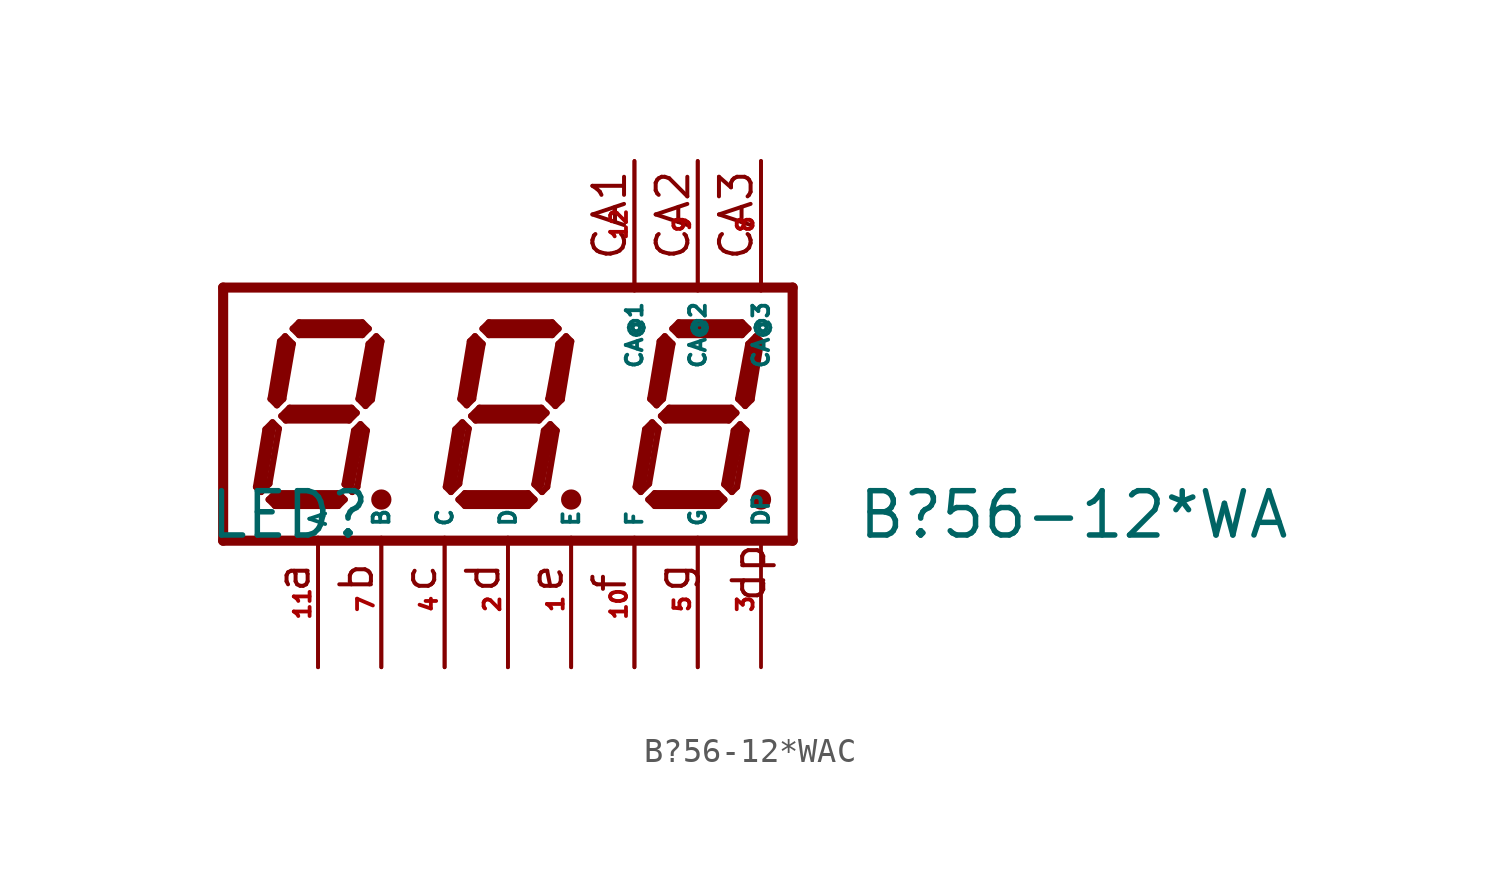
<source format=kicad_sym>
(kicad_symbol_lib
  (version 20220914)
  (generator Eagle2Kicad)
  (symbol "B?56-12*WAC"
    (property "Reference" "LED"
      (at -12.065 -5.08 0)
      (effects (font (size 1.778 1.778) (thickness 0.22)) (justify left bottom)))
    (property "Value" "B?56-12*WA"
      (at 13.97 -5.08 0)
      (effects (font (size 1.778 1.778) (thickness 0.22)) (justify left bottom)))
    (polyline
      (pts (xy -5.283 3.124) (xy -5.588 2.819))
      (stroke (width 0.254) (type default))
      (fill (type none)))
    (polyline
      (pts (xy -5.588 2.819) (xy -5.994 0.61))
      (stroke (width 0.254) (type default))
      (fill (type none)))
    (polyline
      (pts (xy -5.994 0.61) (xy -5.715 0.33))
      (stroke (width 0.254) (type default))
      (fill (type none)))
    (polyline
      (pts (xy -5.715 0.33) (xy -5.461 0.584))
      (stroke (width 0.254) (type default))
      (fill (type none)))
    (polyline
      (pts (xy -5.461 0.584) (xy -5.08 2.921))
      (stroke (width 0.254) (type default))
      (fill (type none)))
    (polyline
      (pts (xy -5.08 2.921) (xy -5.283 3.124))
      (stroke (width 0.254) (type default))
      (fill (type none)))
    (polyline
      (pts (xy -5.588 3.429) (xy -5.842 3.175))
      (stroke (width 0.254) (type default))
      (fill (type none)))
    (polyline
      (pts (xy -5.842 3.175) (xy -8.382 3.175))
      (stroke (width 0.254) (type default))
      (fill (type none)))
    (polyline
      (pts (xy -8.382 3.175) (xy -8.636 3.429))
      (stroke (width 0.254) (type default))
      (fill (type none)))
    (polyline
      (pts (xy -8.636 3.429) (xy -8.382 3.683))
      (stroke (width 0.254) (type default))
      (fill (type none)))
    (polyline
      (pts (xy -8.382 3.683) (xy -5.842 3.683))
      (stroke (width 0.254) (type default))
      (fill (type none)))
    (polyline
      (pts (xy -5.842 3.683) (xy -5.588 3.429))
      (stroke (width 0.254) (type default))
      (fill (type none)))
    (polyline
      (pts (xy -8.941 3.124) (xy -8.636 2.819))
      (stroke (width 0.254) (type default))
      (fill (type none)))
    (polyline
      (pts (xy -8.636 2.819) (xy -9.017 0.61))
      (stroke (width 0.254) (type default))
      (fill (type none)))
    (polyline
      (pts (xy -9.017 0.61) (xy -9.271 0.356))
      (stroke (width 0.254) (type default))
      (fill (type none)))
    (polyline
      (pts (xy -9.271 0.356) (xy -9.525 0.61))
      (stroke (width 0.254) (type default))
      (fill (type none)))
    (polyline
      (pts (xy -9.525 0.61) (xy -9.144 2.921))
      (stroke (width 0.254) (type default))
      (fill (type none)))
    (polyline
      (pts (xy -9.144 2.921) (xy -8.941 3.124))
      (stroke (width 0.254) (type default))
      (fill (type none)))
    (polyline
      (pts (xy -9.093 -0.076) (xy -8.763 0.254))
      (stroke (width 0.254) (type default))
      (fill (type none)))
    (polyline
      (pts (xy -8.763 0.254) (xy -6.274 0.254))
      (stroke (width 0.254) (type default))
      (fill (type none)))
    (polyline
      (pts (xy -6.274 0.254) (xy -6.071 0.051))
      (stroke (width 0.254) (type default))
      (fill (type none)))
    (polyline
      (pts (xy -6.071 0.051) (xy -6.375 -0.254))
      (stroke (width 0.254) (type default))
      (fill (type none)))
    (polyline
      (pts (xy -6.375 -0.254) (xy -8.915 -0.254))
      (stroke (width 0.254) (type default))
      (fill (type none)))
    (polyline
      (pts (xy -8.915 -0.254) (xy -9.093 -0.076))
      (stroke (width 0.254) (type default))
      (fill (type none)))
    (polyline
      (pts (xy -9.449 -0.33) (xy -9.195 -0.584))
      (stroke (width 0.254) (type default))
      (fill (type none)))
    (polyline
      (pts (xy -9.906 -3.124) (xy -9.576 -2.794))
      (stroke (width 0.254) (type default))
      (fill (type none)))
    (polyline
      (pts (xy -9.449 -0.33) (xy -9.728 -0.61))
      (stroke (width 0.254) (type default))
      (fill (type none)))
    (polyline
      (pts (xy -9.728 -0.61) (xy -10.109 -2.921))
      (stroke (width 0.254) (type default))
      (fill (type none)))
    (polyline
      (pts (xy -10.109 -2.921) (xy -9.906 -3.124))
      (stroke (width 0.254) (type default))
      (fill (type none)))
    (polyline
      (pts (xy -9.601 -3.429) (xy -9.347 -3.175))
      (stroke (width 0.254) (type default))
      (fill (type none)))
    (polyline
      (pts (xy -9.347 -3.175) (xy -6.807 -3.175))
      (stroke (width 0.254) (type default))
      (fill (type none)))
    (polyline
      (pts (xy -6.807 -3.175) (xy -6.553 -3.429))
      (stroke (width 0.254) (type default))
      (fill (type none)))
    (polyline
      (pts (xy -6.553 -3.429) (xy -6.807 -3.683))
      (stroke (width 0.254) (type default))
      (fill (type none)))
    (polyline
      (pts (xy -6.807 -3.683) (xy -9.347 -3.683))
      (stroke (width 0.254) (type default))
      (fill (type none)))
    (polyline
      (pts (xy -9.347 -3.683) (xy -9.601 -3.429))
      (stroke (width 0.254) (type default))
      (fill (type none)))
    (polyline
      (pts (xy -5.918 -0.406) (xy -6.172 -0.66))
      (stroke (width 0.254) (type default))
      (fill (type none)))
    (polyline
      (pts (xy -6.172 -0.66) (xy -6.553 -2.819))
      (stroke (width 0.254) (type default))
      (fill (type none)))
    (polyline
      (pts (xy -6.553 -2.819) (xy -6.248 -3.124))
      (stroke (width 0.254) (type default))
      (fill (type none)))
    (polyline
      (pts (xy -6.248 -3.124) (xy -6.045 -2.921))
      (stroke (width 0.254) (type default))
      (fill (type none)))
    (polyline
      (pts (xy -6.045 -2.921) (xy -5.664 -0.66))
      (stroke (width 0.254) (type default))
      (fill (type none)))
    (polyline
      (pts (xy -5.664 -0.66) (xy -5.918 -0.406))
      (stroke (width 0.254) (type default))
      (fill (type none)))
    (polyline
      (pts (xy -5.334 2.794) (xy -5.715 0.635))
      (stroke (width 0.406) (type default))
      (fill (type none)))
    (polyline
      (pts (xy -5.842 3.429) (xy -8.382 3.429))
      (stroke (width 0.406) (type default))
      (fill (type none)))
    (polyline
      (pts (xy -8.89 2.794) (xy -9.271 0.635))
      (stroke (width 0.406) (type default))
      (fill (type none)))
    (polyline
      (pts (xy -8.89 0) (xy -6.35 0))
      (stroke (width 0.406) (type default))
      (fill (type none)))
    (polyline
      (pts (xy -5.969 -0.762) (xy -6.35 -2.794))
      (stroke (width 0.406) (type default))
      (fill (type none)))
    (polyline
      (pts (xy -6.858 -3.429) (xy -9.271 -3.429))
      (stroke (width 0.406) (type default))
      (fill (type none)))
    (polyline
      (pts (xy -9.906 -2.921) (xy -9.525 -0.635))
      (stroke (width 0.406) (type default))
      (fill (type none)))
    (polyline
      (pts (xy -11.43 5.08) (xy 11.43 5.08))
      (stroke (width 0.406) (type default))
      (fill (type none)))
    (polyline
      (pts (xy 11.43 -5.08) (xy 11.43 5.08))
      (stroke (width 0.406) (type default))
      (fill (type none)))
    (polyline
      (pts (xy 11.43 -5.08) (xy -11.43 -5.08))
      (stroke (width 0.406) (type default))
      (fill (type none)))
    (polyline
      (pts (xy -11.43 5.08) (xy -11.43 -5.08))
      (stroke (width 0.406) (type default))
      (fill (type none)))
    (polyline
      (pts (xy 7.62 -4.953) (xy 7.62 -10.16))
      (stroke (width 0.152) (type default))
      (fill (type none)))
    (polyline
      (pts (xy 5.08 -4.953) (xy 5.08 -10.16))
      (stroke (width 0.152) (type default))
      (fill (type none)))
    (polyline
      (pts (xy 0 -4.953) (xy 0 -10.16))
      (stroke (width 0.152) (type default))
      (fill (type none)))
    (polyline
      (pts (xy -5.08 -4.953) (xy -5.08 -10.16))
      (stroke (width 0.152) (type default))
      (fill (type none)))
    (polyline
      (pts (xy -7.62 -4.953) (xy -7.62 -10.16))
      (stroke (width 0.152) (type default))
      (fill (type none)))
    (polyline
      (pts (xy 10.16 10.16) (xy 10.16 4.953))
      (stroke (width 0.152) (type default))
      (fill (type none)))
    (polyline
      (pts (xy -2.54 -4.953) (xy -2.54 -10.16))
      (stroke (width 0.152) (type default))
      (fill (type none)))
    (polyline
      (pts (xy 2.54 -4.953) (xy 2.54 -10.16))
      (stroke (width 0.152) (type default))
      (fill (type none)))
    (polyline
      (pts (xy 7.62 10.16) (xy 7.62 4.953))
      (stroke (width 0.152) (type default))
      (fill (type none)))
    (polyline
      (pts (xy -5.207 -3.429) (xy -4.953 -3.429))
      (stroke (width 0.305) (type default))
      (fill (type none)))
    (polyline
      (pts (xy 5.08 10.16) (xy 5.08 4.953))
      (stroke (width 0.152) (type default))
      (fill (type none)))
    (polyline
      (pts (xy -9.576 -2.794) (xy -9.195 -0.584))
      (stroke (width 0.254) (type default))
      (fill (type none)))
    (polyline
      (pts (xy 2.337 3.124) (xy 2.032 2.819))
      (stroke (width 0.254) (type default))
      (fill (type none)))
    (polyline
      (pts (xy 2.032 2.819) (xy 1.626 0.61))
      (stroke (width 0.254) (type default))
      (fill (type none)))
    (polyline
      (pts (xy 1.626 0.61) (xy 1.905 0.33))
      (stroke (width 0.254) (type default))
      (fill (type none)))
    (polyline
      (pts (xy 1.905 0.33) (xy 2.159 0.584))
      (stroke (width 0.254) (type default))
      (fill (type none)))
    (polyline
      (pts (xy 2.159 0.584) (xy 2.54 2.921))
      (stroke (width 0.254) (type default))
      (fill (type none)))
    (polyline
      (pts (xy 2.54 2.921) (xy 2.337 3.124))
      (stroke (width 0.254) (type default))
      (fill (type none)))
    (polyline
      (pts (xy 2.032 3.429) (xy 1.778 3.175))
      (stroke (width 0.254) (type default))
      (fill (type none)))
    (polyline
      (pts (xy 1.778 3.175) (xy -0.762 3.175))
      (stroke (width 0.254) (type default))
      (fill (type none)))
    (polyline
      (pts (xy -0.762 3.175) (xy -1.016 3.429))
      (stroke (width 0.254) (type default))
      (fill (type none)))
    (polyline
      (pts (xy -1.016 3.429) (xy -0.762 3.683))
      (stroke (width 0.254) (type default))
      (fill (type none)))
    (polyline
      (pts (xy -0.762 3.683) (xy 1.778 3.683))
      (stroke (width 0.254) (type default))
      (fill (type none)))
    (polyline
      (pts (xy 1.778 3.683) (xy 2.032 3.429))
      (stroke (width 0.254) (type default))
      (fill (type none)))
    (polyline
      (pts (xy -1.321 3.124) (xy -1.016 2.819))
      (stroke (width 0.254) (type default))
      (fill (type none)))
    (polyline
      (pts (xy -1.016 2.819) (xy -1.397 0.61))
      (stroke (width 0.254) (type default))
      (fill (type none)))
    (polyline
      (pts (xy -1.397 0.61) (xy -1.651 0.356))
      (stroke (width 0.254) (type default))
      (fill (type none)))
    (polyline
      (pts (xy -1.651 0.356) (xy -1.905 0.61))
      (stroke (width 0.254) (type default))
      (fill (type none)))
    (polyline
      (pts (xy -1.905 0.61) (xy -1.524 2.921))
      (stroke (width 0.254) (type default))
      (fill (type none)))
    (polyline
      (pts (xy -1.524 2.921) (xy -1.321 3.124))
      (stroke (width 0.254) (type default))
      (fill (type none)))
    (polyline
      (pts (xy -1.473 -0.076) (xy -1.143 0.254))
      (stroke (width 0.254) (type default))
      (fill (type none)))
    (polyline
      (pts (xy -1.143 0.254) (xy 1.346 0.254))
      (stroke (width 0.254) (type default))
      (fill (type none)))
    (polyline
      (pts (xy 1.346 0.254) (xy 1.549 0.051))
      (stroke (width 0.254) (type default))
      (fill (type none)))
    (polyline
      (pts (xy 1.549 0.051) (xy 1.245 -0.254))
      (stroke (width 0.254) (type default))
      (fill (type none)))
    (polyline
      (pts (xy 1.245 -0.254) (xy -1.295 -0.254))
      (stroke (width 0.254) (type default))
      (fill (type none)))
    (polyline
      (pts (xy -1.295 -0.254) (xy -1.473 -0.076))
      (stroke (width 0.254) (type default))
      (fill (type none)))
    (polyline
      (pts (xy -1.829 -0.33) (xy -1.575 -0.584))
      (stroke (width 0.254) (type default))
      (fill (type none)))
    (polyline
      (pts (xy -2.286 -3.124) (xy -1.956 -2.794))
      (stroke (width 0.254) (type default))
      (fill (type none)))
    (polyline
      (pts (xy -1.829 -0.33) (xy -2.108 -0.61))
      (stroke (width 0.254) (type default))
      (fill (type none)))
    (polyline
      (pts (xy -2.108 -0.61) (xy -2.489 -2.921))
      (stroke (width 0.254) (type default))
      (fill (type none)))
    (polyline
      (pts (xy -2.489 -2.921) (xy -2.286 -3.124))
      (stroke (width 0.254) (type default))
      (fill (type none)))
    (polyline
      (pts (xy -1.981 -3.429) (xy -1.727 -3.175))
      (stroke (width 0.254) (type default))
      (fill (type none)))
    (polyline
      (pts (xy -1.727 -3.175) (xy 0.813 -3.175))
      (stroke (width 0.254) (type default))
      (fill (type none)))
    (polyline
      (pts (xy 0.813 -3.175) (xy 1.067 -3.429))
      (stroke (width 0.254) (type default))
      (fill (type none)))
    (polyline
      (pts (xy 1.067 -3.429) (xy 0.813 -3.683))
      (stroke (width 0.254) (type default))
      (fill (type none)))
    (polyline
      (pts (xy 0.813 -3.683) (xy -1.727 -3.683))
      (stroke (width 0.254) (type default))
      (fill (type none)))
    (polyline
      (pts (xy -1.727 -3.683) (xy -1.981 -3.429))
      (stroke (width 0.254) (type default))
      (fill (type none)))
    (polyline
      (pts (xy 1.702 -0.406) (xy 1.448 -0.66))
      (stroke (width 0.254) (type default))
      (fill (type none)))
    (polyline
      (pts (xy 1.448 -0.66) (xy 1.067 -2.819))
      (stroke (width 0.254) (type default))
      (fill (type none)))
    (polyline
      (pts (xy 1.067 -2.819) (xy 1.372 -3.124))
      (stroke (width 0.254) (type default))
      (fill (type none)))
    (polyline
      (pts (xy 1.372 -3.124) (xy 1.575 -2.921))
      (stroke (width 0.254) (type default))
      (fill (type none)))
    (polyline
      (pts (xy 1.575 -2.921) (xy 1.956 -0.66))
      (stroke (width 0.254) (type default))
      (fill (type none)))
    (polyline
      (pts (xy 1.956 -0.66) (xy 1.702 -0.406))
      (stroke (width 0.254) (type default))
      (fill (type none)))
    (polyline
      (pts (xy 2.286 2.794) (xy 1.905 0.635))
      (stroke (width 0.406) (type default))
      (fill (type none)))
    (polyline
      (pts (xy 1.778 3.429) (xy -0.762 3.429))
      (stroke (width 0.406) (type default))
      (fill (type none)))
    (polyline
      (pts (xy -1.27 2.794) (xy -1.651 0.635))
      (stroke (width 0.406) (type default))
      (fill (type none)))
    (polyline
      (pts (xy -1.27 0) (xy 1.27 0))
      (stroke (width 0.406) (type default))
      (fill (type none)))
    (polyline
      (pts (xy 1.651 -0.762) (xy 1.27 -2.794))
      (stroke (width 0.406) (type default))
      (fill (type none)))
    (polyline
      (pts (xy 0.762 -3.429) (xy -1.651 -3.429))
      (stroke (width 0.406) (type default))
      (fill (type none)))
    (polyline
      (pts (xy -2.286 -2.921) (xy -1.905 -0.635))
      (stroke (width 0.406) (type default))
      (fill (type none)))
    (polyline
      (pts (xy 2.413 -3.429) (xy 2.667 -3.429))
      (stroke (width 0.305) (type default))
      (fill (type none)))
    (polyline
      (pts (xy -1.956 -2.794) (xy -1.575 -0.584))
      (stroke (width 0.254) (type default))
      (fill (type none)))
    (polyline
      (pts (xy 9.957 3.124) (xy 9.652 2.819))
      (stroke (width 0.254) (type default))
      (fill (type none)))
    (polyline
      (pts (xy 9.652 2.819) (xy 9.246 0.61))
      (stroke (width 0.254) (type default))
      (fill (type none)))
    (polyline
      (pts (xy 9.246 0.61) (xy 9.525 0.33))
      (stroke (width 0.254) (type default))
      (fill (type none)))
    (polyline
      (pts (xy 9.525 0.33) (xy 9.779 0.584))
      (stroke (width 0.254) (type default))
      (fill (type none)))
    (polyline
      (pts (xy 9.779 0.584) (xy 10.16 2.921))
      (stroke (width 0.254) (type default))
      (fill (type none)))
    (polyline
      (pts (xy 10.16 2.921) (xy 9.957 3.124))
      (stroke (width 0.254) (type default))
      (fill (type none)))
    (polyline
      (pts (xy 9.652 3.429) (xy 9.398 3.175))
      (stroke (width 0.254) (type default))
      (fill (type none)))
    (polyline
      (pts (xy 9.398 3.175) (xy 6.858 3.175))
      (stroke (width 0.254) (type default))
      (fill (type none)))
    (polyline
      (pts (xy 6.858 3.175) (xy 6.604 3.429))
      (stroke (width 0.254) (type default))
      (fill (type none)))
    (polyline
      (pts (xy 6.604 3.429) (xy 6.858 3.683))
      (stroke (width 0.254) (type default))
      (fill (type none)))
    (polyline
      (pts (xy 6.858 3.683) (xy 9.398 3.683))
      (stroke (width 0.254) (type default))
      (fill (type none)))
    (polyline
      (pts (xy 9.398 3.683) (xy 9.652 3.429))
      (stroke (width 0.254) (type default))
      (fill (type none)))
    (polyline
      (pts (xy 6.299 3.124) (xy 6.604 2.819))
      (stroke (width 0.254) (type default))
      (fill (type none)))
    (polyline
      (pts (xy 6.604 2.819) (xy 6.223 0.61))
      (stroke (width 0.254) (type default))
      (fill (type none)))
    (polyline
      (pts (xy 6.223 0.61) (xy 5.969 0.356))
      (stroke (width 0.254) (type default))
      (fill (type none)))
    (polyline
      (pts (xy 5.969 0.356) (xy 5.715 0.61))
      (stroke (width 0.254) (type default))
      (fill (type none)))
    (polyline
      (pts (xy 5.715 0.61) (xy 6.096 2.921))
      (stroke (width 0.254) (type default))
      (fill (type none)))
    (polyline
      (pts (xy 6.096 2.921) (xy 6.299 3.124))
      (stroke (width 0.254) (type default))
      (fill (type none)))
    (polyline
      (pts (xy 6.147 -0.076) (xy 6.477 0.254))
      (stroke (width 0.254) (type default))
      (fill (type none)))
    (polyline
      (pts (xy 6.477 0.254) (xy 8.966 0.254))
      (stroke (width 0.254) (type default))
      (fill (type none)))
    (polyline
      (pts (xy 8.966 0.254) (xy 9.169 0.051))
      (stroke (width 0.254) (type default))
      (fill (type none)))
    (polyline
      (pts (xy 9.169 0.051) (xy 8.865 -0.254))
      (stroke (width 0.254) (type default))
      (fill (type none)))
    (polyline
      (pts (xy 8.865 -0.254) (xy 6.325 -0.254))
      (stroke (width 0.254) (type default))
      (fill (type none)))
    (polyline
      (pts (xy 6.325 -0.254) (xy 6.147 -0.076))
      (stroke (width 0.254) (type default))
      (fill (type none)))
    (polyline
      (pts (xy 5.791 -0.33) (xy 6.045 -0.584))
      (stroke (width 0.254) (type default))
      (fill (type none)))
    (polyline
      (pts (xy 5.334 -3.124) (xy 5.664 -2.794))
      (stroke (width 0.254) (type default))
      (fill (type none)))
    (polyline
      (pts (xy 5.791 -0.33) (xy 5.512 -0.61))
      (stroke (width 0.254) (type default))
      (fill (type none)))
    (polyline
      (pts (xy 5.512 -0.61) (xy 5.131 -2.921))
      (stroke (width 0.254) (type default))
      (fill (type none)))
    (polyline
      (pts (xy 5.131 -2.921) (xy 5.334 -3.124))
      (stroke (width 0.254) (type default))
      (fill (type none)))
    (polyline
      (pts (xy 5.639 -3.429) (xy 5.893 -3.175))
      (stroke (width 0.254) (type default))
      (fill (type none)))
    (polyline
      (pts (xy 5.893 -3.175) (xy 8.433 -3.175))
      (stroke (width 0.254) (type default))
      (fill (type none)))
    (polyline
      (pts (xy 8.433 -3.175) (xy 8.687 -3.429))
      (stroke (width 0.254) (type default))
      (fill (type none)))
    (polyline
      (pts (xy 8.687 -3.429) (xy 8.433 -3.683))
      (stroke (width 0.254) (type default))
      (fill (type none)))
    (polyline
      (pts (xy 8.433 -3.683) (xy 5.893 -3.683))
      (stroke (width 0.254) (type default))
      (fill (type none)))
    (polyline
      (pts (xy 5.893 -3.683) (xy 5.639 -3.429))
      (stroke (width 0.254) (type default))
      (fill (type none)))
    (polyline
      (pts (xy 9.322 -0.406) (xy 9.068 -0.66))
      (stroke (width 0.254) (type default))
      (fill (type none)))
    (polyline
      (pts (xy 9.068 -0.66) (xy 8.687 -2.819))
      (stroke (width 0.254) (type default))
      (fill (type none)))
    (polyline
      (pts (xy 8.687 -2.819) (xy 8.992 -3.124))
      (stroke (width 0.254) (type default))
      (fill (type none)))
    (polyline
      (pts (xy 8.992 -3.124) (xy 9.195 -2.921))
      (stroke (width 0.254) (type default))
      (fill (type none)))
    (polyline
      (pts (xy 9.195 -2.921) (xy 9.576 -0.66))
      (stroke (width 0.254) (type default))
      (fill (type none)))
    (polyline
      (pts (xy 9.576 -0.66) (xy 9.322 -0.406))
      (stroke (width 0.254) (type default))
      (fill (type none)))
    (polyline
      (pts (xy 9.906 2.794) (xy 9.525 0.635))
      (stroke (width 0.406) (type default))
      (fill (type none)))
    (polyline
      (pts (xy 9.398 3.429) (xy 6.858 3.429))
      (stroke (width 0.406) (type default))
      (fill (type none)))
    (polyline
      (pts (xy 6.35 2.794) (xy 5.969 0.635))
      (stroke (width 0.406) (type default))
      (fill (type none)))
    (polyline
      (pts (xy 6.35 0) (xy 8.89 0))
      (stroke (width 0.406) (type default))
      (fill (type none)))
    (polyline
      (pts (xy 9.271 -0.762) (xy 8.89 -2.794))
      (stroke (width 0.406) (type default))
      (fill (type none)))
    (polyline
      (pts (xy 8.382 -3.429) (xy 5.969 -3.429))
      (stroke (width 0.406) (type default))
      (fill (type none)))
    (polyline
      (pts (xy 5.334 -2.921) (xy 5.715 -0.635))
      (stroke (width 0.406) (type default))
      (fill (type none)))
    (polyline
      (pts (xy 10.033 -3.429) (xy 10.287 -3.429))
      (stroke (width 0.305) (type default))
      (fill (type none)))
    (polyline
      (pts (xy 5.664 -2.794) (xy 6.045 -0.584))
      (stroke (width 0.254) (type default))
      (fill (type none)))
    (text "CA3"
      (at 9.906 6.096 900)
      (effects (font (size 1.27 1.27) (thickness 0.16)) (justify left bottom)))
    (text "CA2"
      (at 7.366 6.096 900)
      (effects (font (size 1.27 1.27) (thickness 0.16)) (justify left bottom)))
    (text "a"
      (at -7.874 -7.239 900)
      (effects (font (size 1.27 1.27) (thickness 0.16)) (justify left bottom)))
    (text "b"
      (at -5.334 -7.239 900)
      (effects (font (size 1.27 1.27) (thickness 0.16)) (justify left bottom)))
    (text "c"
      (at -2.794 -7.239 900)
      (effects (font (size 1.27 1.27) (thickness 0.16)) (justify left bottom)))
    (text "d"
      (at -0.254 -7.239 900)
      (effects (font (size 1.27 1.27) (thickness 0.16)) (justify left bottom)))
    (text "e"
      (at 2.286 -7.239 900)
      (effects (font (size 1.27 1.27) (thickness 0.16)) (justify left bottom)))
    (text "f"
      (at 4.826 -7.239 900)
      (effects (font (size 1.27 1.27) (thickness 0.16)) (justify left bottom)))
    (text "g"
      (at 7.366 -7.239 900)
      (effects (font (size 1.27 1.27) (thickness 0.16)) (justify left bottom)))
    (text "dp"
      (at 10.414 -7.62 900)
      (effects (font (size 1.27 1.27) (thickness 0.16)) (justify left bottom mirror)))
    (text "CA1"
      (at 4.826 6.096 900)
      (effects (font (size 1.27 1.27) (thickness 0.16)) (justify left bottom)))
    (circle
      (center -5.08 -3.429)
      (radius 0.254)
      (stroke (width 0.305) (type default))
      (fill (type none)))
    (circle
      (center 2.54 -3.429)
      (radius 0.254)
      (stroke (width 0.305) (type default))
      (fill (type none)))
    (circle
      (center 10.16 -3.429)
      (radius 0.254)
      (stroke (width 0.305) (type default))
      (fill (type none)))
    (pin passive line
      (at 10.16 -10.16 90)
      (length 5.08)
      (name "DP" (effects (font (size 0.635 0.635) (thickness 0.08)) (justify left bottom)))
      (number "3" (effects (font (size 0.635 0.635) (thickness 0.08)) (justify left bottom))))
    (pin passive line
      (at 5.08 -10.16 90)
      (length 5.08)
      (name "F" (effects (font (size 0.635 0.635) (thickness 0.08)) (justify left bottom)))
      (number "10" (effects (font (size 0.635 0.635) (thickness 0.08)) (justify left bottom))))
    (pin passive line
      (at 0 -10.16 90)
      (length 5.08)
      (name "D" (effects (font (size 0.635 0.635) (thickness 0.08)) (justify left bottom)))
      (number "2" (effects (font (size 0.635 0.635) (thickness 0.08)) (justify left bottom))))
    (pin passive line
      (at -5.08 -10.16 90)
      (length 5.08)
      (name "B" (effects (font (size 0.635 0.635) (thickness 0.08)) (justify left bottom)))
      (number "7" (effects (font (size 0.635 0.635) (thickness 0.08)) (justify left bottom))))
    (pin passive line
      (at -7.62 -10.16 90)
      (length 5.08)
      (name "A" (effects (font (size 0.635 0.635) (thickness 0.08)) (justify left bottom)))
      (number "11" (effects (font (size 0.635 0.635) (thickness 0.08)) (justify left bottom))))
    (pin passive line
      (at 10.16 10.16 270)
      (length 5.08)
      (name "CA@3" (effects (font (size 0.635 0.635) (thickness 0.08)) (justify left bottom)))
      (number "8" (effects (font (size 0.635 0.635) (thickness 0.08)) (justify left bottom))))
    (pin passive line
      (at -2.54 -10.16 90)
      (length 5.08)
      (name "C" (effects (font (size 0.635 0.635) (thickness 0.08)) (justify left bottom)))
      (number "4" (effects (font (size 0.635 0.635) (thickness 0.08)) (justify left bottom))))
    (pin passive line
      (at 2.54 -10.16 90)
      (length 5.08)
      (name "E" (effects (font (size 0.635 0.635) (thickness 0.08)) (justify left bottom)))
      (number "1" (effects (font (size 0.635 0.635) (thickness 0.08)) (justify left bottom))))
    (pin passive line
      (at 7.62 -10.16 90)
      (length 5.08)
      (name "G" (effects (font (size 0.635 0.635) (thickness 0.08)) (justify left bottom)))
      (number "5" (effects (font (size 0.635 0.635) (thickness 0.08)) (justify left bottom))))
    (pin passive line
      (at 7.62 10.16 270)
      (length 5.08)
      (name "CA@2" (effects (font (size 0.635 0.635) (thickness 0.08)) (justify left bottom)))
      (number "9" (effects (font (size 0.635 0.635) (thickness 0.08)) (justify left bottom))))
    (pin passive line
      (at 5.08 10.16 270)
      (length 5.08)
      (name "CA@1" (effects (font (size 0.635 0.635) (thickness 0.08)) (justify left bottom)))
      (number "12" (effects (font (size 0.635 0.635) (thickness 0.08)) (justify left bottom))))))
</source>
